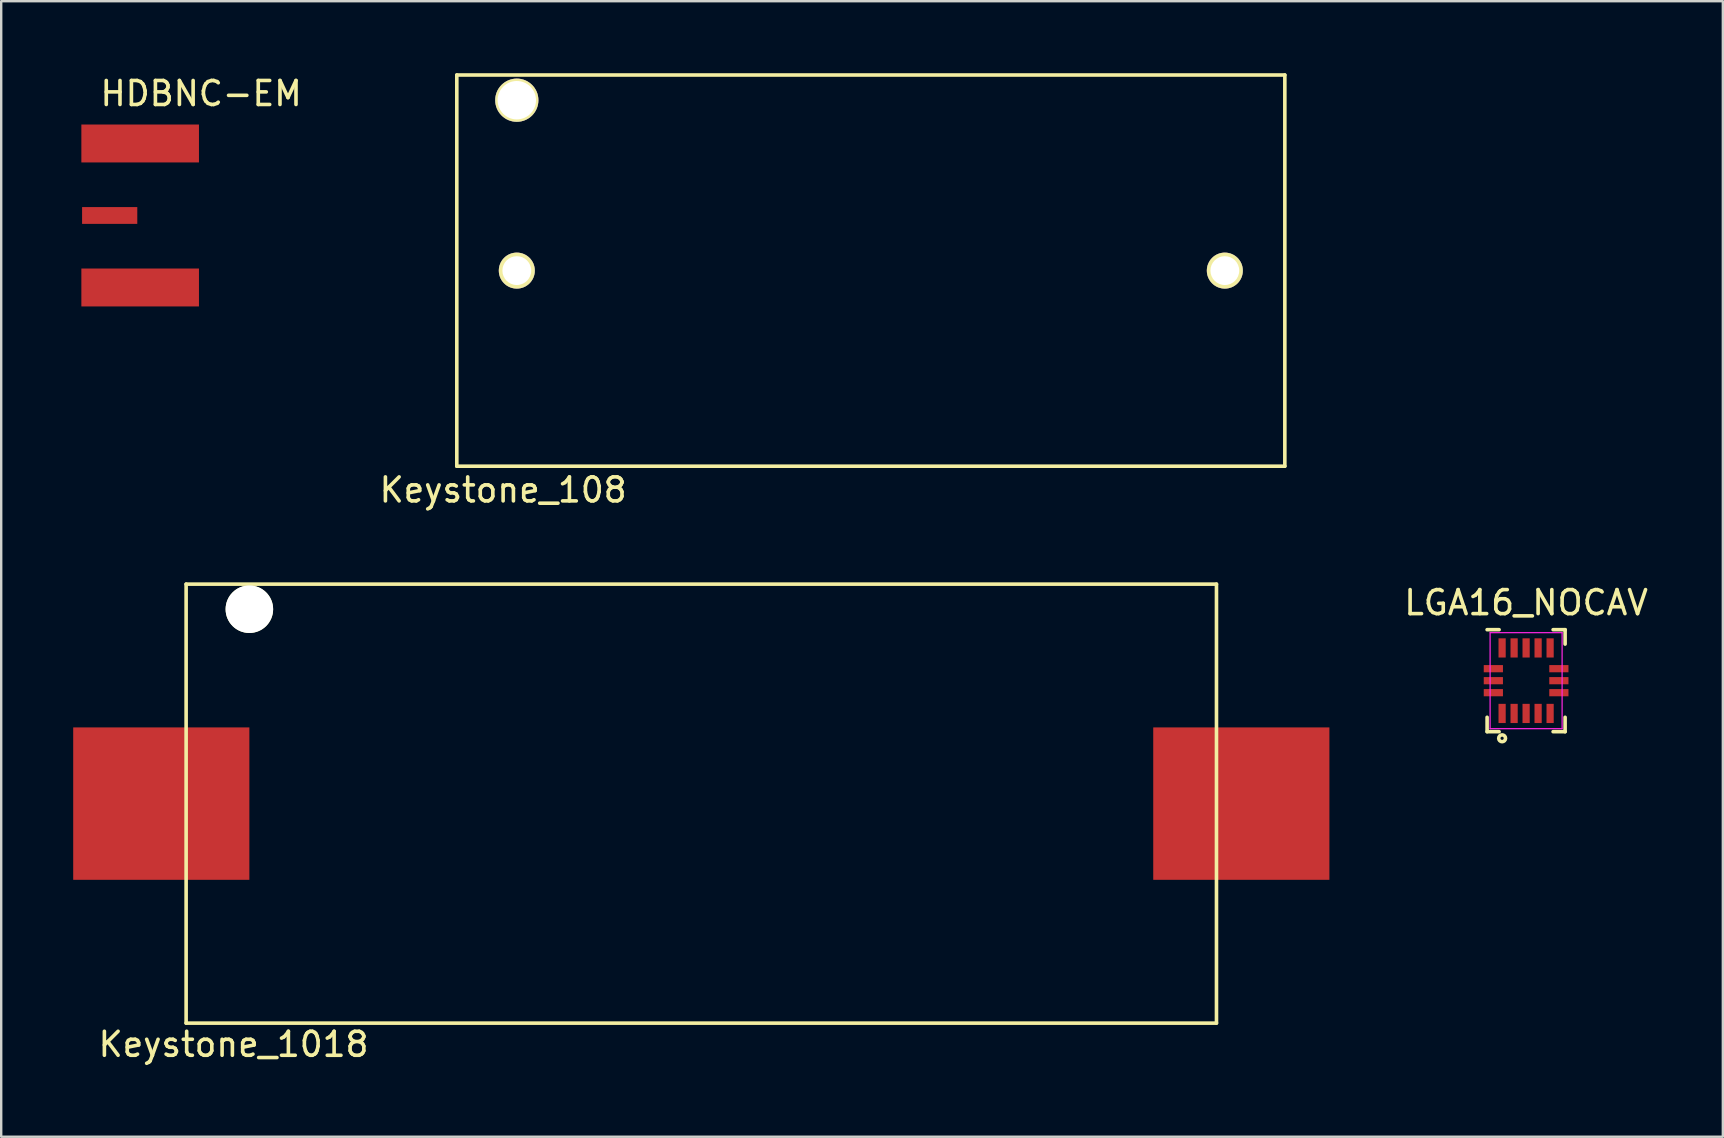
<source format=kicad_pcb>
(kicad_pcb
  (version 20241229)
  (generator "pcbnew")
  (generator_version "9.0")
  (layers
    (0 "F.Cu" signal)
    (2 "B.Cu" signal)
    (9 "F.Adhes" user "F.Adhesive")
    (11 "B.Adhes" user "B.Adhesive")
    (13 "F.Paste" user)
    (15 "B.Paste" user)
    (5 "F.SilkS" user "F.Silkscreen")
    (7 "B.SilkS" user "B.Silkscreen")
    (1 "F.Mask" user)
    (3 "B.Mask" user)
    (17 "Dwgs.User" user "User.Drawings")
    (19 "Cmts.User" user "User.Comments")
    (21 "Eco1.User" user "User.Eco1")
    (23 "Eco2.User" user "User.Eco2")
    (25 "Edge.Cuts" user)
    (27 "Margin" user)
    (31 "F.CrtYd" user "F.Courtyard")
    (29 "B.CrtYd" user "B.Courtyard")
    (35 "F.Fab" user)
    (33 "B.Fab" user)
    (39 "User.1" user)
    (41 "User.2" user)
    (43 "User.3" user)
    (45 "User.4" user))
  (footprint "LGA16_NOCAV"
    (layer "F.Cu")
    (at 60.536 25.311)
    (property "Reference" "LGA16_NOCAV" (at 0 -3.25 0) (layer "F.SilkS") (effects (font (size 1 1) (thickness 0.15))))
    (attr smd)
    (fp_line (start -1.625 -2.125) (end -1.125 -2.125) (stroke (width 0.15) (type solid)) (layer "F.SilkS"))
    (fp_line (start -1.625 2.125) (end -1.625 1.525) (stroke (width 0.15) (type solid)) (layer "F.SilkS"))
    (fp_line (start -1.625 2.125) (end -1.125 2.125) (stroke (width 0.15) (type solid)) (layer "F.SilkS"))
    (fp_line (start 1.625 -2.125) (end 1.125 -2.125) (stroke (width 0.15) (type solid)) (layer "F.SilkS"))
    (fp_line (start 1.625 -2.125) (end 1.625 -1.525) (stroke (width 0.15) (type solid)) (layer "F.SilkS"))
    (fp_line (start 1.625 2.125) (end 1.125 2.125) (stroke (width 0.15) (type solid)) (layer "F.SilkS"))
    (fp_line (start 1.625 2.125) (end 1.625 1.525) (stroke (width 0.15) (type solid)) (layer "F.SilkS"))
    (fp_circle (center -1 2.4) (end -0.91 2.51) (stroke (width 0.15) (type solid)) (fill no) (layer "F.SilkS"))
    (fp_line (start -1.5 -2) (end -1.5 2) (stroke (width 0.05) (type solid)) (layer "F.CrtYd"))
    (fp_line (start -1.5 -2) (end 1.5 -2) (stroke (width 0.05) (type solid)) (layer "F.CrtYd"))
    (fp_line (start -1.5 2) (end 1.5 2) (stroke (width 0.05) (type solid)) (layer "F.CrtYd"))
    (fp_line (start 1.5 -2) (end 1.5 2) (stroke (width 0.05) (type solid)) (layer "F.CrtYd"))
    (pad "1" smd rect (at -1 1.365 90) (size 0.8 0.3) (layers "F.Cu" "F.Mask" "F.Paste"))
    (pad "2" smd rect (at -0.5 1.365 90) (size 0.8 0.3) (layers "F.Cu" "F.Mask" "F.Paste"))
    (pad "3" smd rect (at 0 1.365 90) (size 0.8 0.3) (layers "F.Cu" "F.Mask" "F.Paste"))
    (pad "4" smd rect (at 0.5 1.365 90) (size 0.8 0.3) (layers "F.Cu" "F.Mask" "F.Paste"))
    (pad "5" smd rect (at 1 1.365 90) (size 0.8 0.3) (layers "F.Cu" "F.Mask" "F.Paste"))
    (pad "6" smd rect (at 1.365 0.5) (size 0.8 0.3) (layers "F.Cu" "F.Mask" "F.Paste"))
    (pad "7" smd rect (at 1.365 0) (size 0.8 0.3) (layers "F.Cu" "F.Mask" "F.Paste"))
    (pad "8" smd rect (at 1.365 -0.5) (size 0.8 0.3) (layers "F.Cu" "F.Mask" "F.Paste"))
    (pad "9" smd rect (at 1 -1.365 90) (size 0.8 0.3) (layers "F.Cu" "F.Mask" "F.Paste"))
    (pad "10" smd rect (at 0.5 -1.365 90) (size 0.8 0.3) (layers "F.Cu" "F.Mask" "F.Paste"))
    (pad "11" smd rect (at 0 -1.365 90) (size 0.8 0.3) (layers "F.Cu" "F.Mask" "F.Paste"))
    (pad "12" smd rect (at -0.5 -1.365 90) (size 0.8 0.3) (layers "F.Cu" "F.Mask" "F.Paste"))
    (pad "13" smd rect (at -1 -1.365 90) (size 0.8 0.3) (layers "F.Cu" "F.Mask" "F.Paste"))
    (pad "14" smd rect (at -1.365 -0.5) (size 0.8 0.3) (layers "F.Cu" "F.Mask" "F.Paste"))
    (pad "15" smd rect (at -1.365 0) (size 0.8 0.3) (layers "F.Cu" "F.Mask" "F.Paste"))
    (pad "16" smd rect (at -1.365 0.5) (size 0.8 0.3) (layers "F.Cu" "F.Mask" "F.Paste")))
  (footprint "Keystone_1018"
    (layer "F.Cu")
    (at 26.17 30.433)
    (property "Reference" "Keystone_1018" (at -19.49 10.03 0) (layer "F.SilkS") (effects (font (size 1 1) (thickness 0.15))))
    (attr through_hole)
    (fp_line (start -21.465 -9.145) (end 21.465 -9.145) (stroke (width 0.15) (type solid)) (layer "F.SilkS"))
    (fp_line (start -21.465 9.145) (end -21.465 -9.145) (stroke (width 0.15) (type solid)) (layer "F.SilkS"))
    (fp_line (start -21.465 9.145) (end 21.465 9.145) (stroke (width 0.15) (type solid)) (layer "F.SilkS"))
    (fp_line (start 21.465 9.145) (end 21.465 -9.145) (stroke (width 0.15) (type solid)) (layer "F.SilkS"))
    (pad "" np_thru_hole circle (at -18.83 -8.1) (size 1.98 1.98) (drill 1.98) (layers "*.Cu" "*.Mask" "F.SilkS"))
    (pad "1" smd rect (at -22.5 0) (size 7.34 6.35) (layers "F.Cu" "F.Mask" "F.Paste"))
    (pad "2" smd rect (at 22.5 0) (size 7.34 6.35) (layers "F.Cu" "F.Mask" "F.Paste")))
  (footprint "HDBNC-EM"
    (layer "F.Cu")
    (at 0.25 5.928)
    (property "Reference" "HDBNC-EM" (at 5.08 -5.08 0) (layer "F.SilkS") (effects (font (size 1 1) (thickness 0.15))))
    (attr through_hole)
    (pad "1" smd rect (at 1.27 0) (size 2.3 0.7) (layers "F.Cu" "F.Mask" "F.Paste"))
    (pad "2" smd rect (at 2.54 -3) (size 4.9 1.58) (layers "F.Cu" "F.Mask" "F.Paste"))
    (pad "2" smd rect (at 2.54 3) (size 4.9 1.58) (layers "F.Cu" "F.Mask" "F.Paste")))
  (footprint "Keystone_108"
    (layer "F.Cu")
    (at 18.483 8.225)
    (property "Reference" "Keystone_108" (at -0.57 9.14 0) (layer "F.SilkS") (effects (font (size 1 1) (thickness 0.15))))
    (attr through_hole)
    (fp_line (start -2.5 -8.15) (end -2.5 8.15) (stroke (width 0.15) (type solid)) (layer "F.SilkS"))
    (fp_line (start -2.5 -8.15) (end 32 -8.15) (stroke (width 0.15) (type solid)) (layer "F.SilkS"))
    (fp_line (start -2.5 8.15) (end 32 8.15) (stroke (width 0.15) (type solid)) (layer "F.SilkS"))
    (fp_line (start 32 -8.15) (end 32 8.15) (stroke (width 0.15) (type solid)) (layer "F.SilkS"))
    (pad "1" thru_hole circle (at 0 0) (size 1.5 1.5) (drill 1.2) (layers "*.Cu" "*.Mask" "F.SilkS"))
    (pad "2" thru_hole circle (at 29.5 0) (size 1.5 1.5) (drill 1.2) (layers "*.Cu" "*.Mask" "F.SilkS"))
    (pad "3" thru_hole circle (at 0 -7.1) (size 1.8 1.8) (drill 1.6) (layers "*.Cu" "*.Mask" "F.SilkS")))
  (gr_rect
    (start -3 -3)
    (end 68.733 44.312)
    (stroke (width 0.1) (type default))
    (fill no)
    (layer "Edge.Cuts")))
</source>
